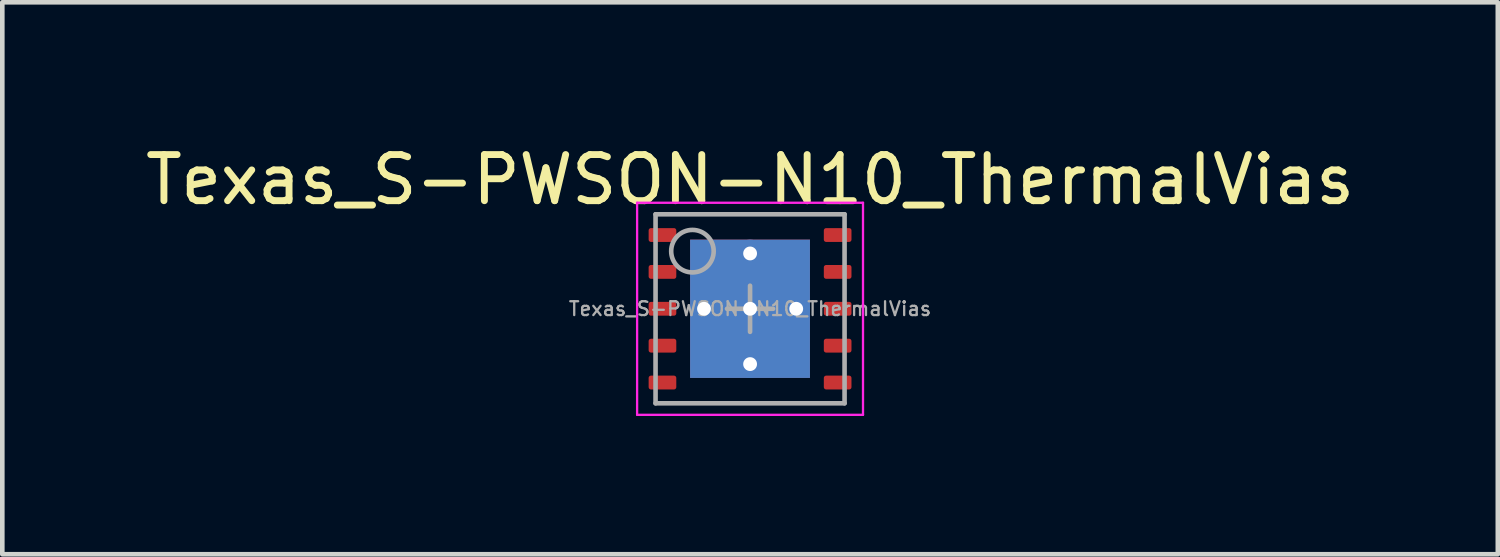
<source format=kicad_pcb>
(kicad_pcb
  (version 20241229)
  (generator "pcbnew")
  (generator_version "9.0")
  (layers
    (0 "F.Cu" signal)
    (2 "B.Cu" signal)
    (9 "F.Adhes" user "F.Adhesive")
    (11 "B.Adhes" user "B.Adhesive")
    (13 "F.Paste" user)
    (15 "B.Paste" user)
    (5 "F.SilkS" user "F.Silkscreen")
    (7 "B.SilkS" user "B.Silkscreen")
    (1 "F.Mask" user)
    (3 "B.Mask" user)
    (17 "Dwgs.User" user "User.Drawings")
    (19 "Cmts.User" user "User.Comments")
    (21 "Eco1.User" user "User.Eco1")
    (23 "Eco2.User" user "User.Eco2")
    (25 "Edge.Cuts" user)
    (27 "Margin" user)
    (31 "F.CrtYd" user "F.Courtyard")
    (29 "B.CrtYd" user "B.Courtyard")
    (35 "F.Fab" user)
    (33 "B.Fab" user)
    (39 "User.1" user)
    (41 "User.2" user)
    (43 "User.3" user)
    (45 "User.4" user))
  (footprint "Texas_S-PWSON-N10_ThermalVias"
    (layer "F.Cu")
    (at 13.22 3.648)
    (property "Reference" "Texas_S-PWSON-N10_ThermalVias" (at 0 -2.8 0) (layer "F.SilkS") (effects (font (size 1 1) (thickness 0.15))))
    (attr smd)
    (fp_poly (pts (xy -0.086 -0.1) (xy -1.126 -0.1) (xy -1.126 -1.3) (xy -0.086 -1.3)) (stroke (width 0.0001) (type solid)) (fill yes) (layer "F.Paste"))
    (fp_poly (pts (xy -0.086 1.3) (xy -1.126 1.3) (xy -1.126 0.1) (xy -0.086 0.1)) (stroke (width 0.0001) (type solid)) (fill yes) (layer "F.Paste"))
    (fp_poly (pts (xy 1.126 -0.1) (xy 0.086 -0.1) (xy 0.086 -1.3) (xy 1.126 -1.3)) (stroke (width 0.0001) (type solid)) (fill yes) (layer "F.Paste"))
    (fp_poly (pts (xy 1.126 1.3) (xy 0.086 1.3) (xy 0.086 0.1) (xy 1.126 0.1)) (stroke (width 0.0001) (type solid)) (fill yes) (layer "F.Paste"))
    (fp_line (start -2.45 -2.3) (end 2.45 -2.3) (stroke (width 0.05) (type solid)) (layer "F.CrtYd"))
    (fp_line (start -2.45 2.3) (end -2.45 -2.3) (stroke (width 0.05) (type solid)) (layer "F.CrtYd"))
    (fp_line (start 2.45 -2.3) (end 2.45 2.3) (stroke (width 0.05) (type solid)) (layer "F.CrtYd"))
    (fp_line (start 2.45 2.3) (end -2.45 2.3) (stroke (width 0.05) (type solid)) (layer "F.CrtYd"))
    (fp_line (start -2.05 -2.05) (end 2.05 -2.05) (stroke (width 0.1) (type solid)) (layer "F.Fab"))
    (fp_line (start -2.05 2.05) (end -2.05 -2.05) (stroke (width 0.1) (type solid)) (layer "F.Fab"))
    (fp_line (start -0.5 0) (end 0.5 0) (stroke (width 0.1) (type solid)) (layer "F.Fab"))
    (fp_line (start 0 -0.5) (end 0 0.5) (stroke (width 0.1) (type solid)) (layer "F.Fab"))
    (fp_line (start 2.05 -2.05) (end 2.05 2.05) (stroke (width 0.1) (type solid)) (layer "F.Fab"))
    (fp_line (start 2.05 2.05) (end -2.05 2.05) (stroke (width 0.1) (type solid)) (layer "F.Fab"))
    (fp_circle (center -1.25 -1.25) (end -0.789 -1.25) (stroke (width 0.1) (type solid)) (fill no) (layer "F.Fab"))
    (fp_text user "${REFERENCE}" (at 0 0 0) (layer "F.Fab") (effects (font (size 0.3 0.3) (thickness 0.05))))
    (pad "1" smd roundrect (at -1.9 -1.6) (size 0.6 0.3) (layers "F.Cu" "F.Mask" "F.Paste") (roundrect_rratio 0.167))
    (pad "2" smd roundrect (at -1.9 -0.8) (size 0.6 0.3) (layers "F.Cu" "F.Mask" "F.Paste") (roundrect_rratio 0.167))
    (pad "3" smd roundrect (at -1.9 0) (size 0.6 0.3) (layers "F.Cu" "F.Mask" "F.Paste") (roundrect_rratio 0.167))
    (pad "4" smd roundrect (at -1.9 0.8) (size 0.6 0.3) (layers "F.Cu" "F.Mask" "F.Paste") (roundrect_rratio 0.167))
    (pad "5" smd roundrect (at -1.9 1.6) (size 0.6 0.3) (layers "F.Cu" "F.Mask" "F.Paste") (roundrect_rratio 0.167))
    (pad "6" smd roundrect (at 1.9 1.6) (size 0.6 0.3) (layers "F.Cu" "F.Mask" "F.Paste") (roundrect_rratio 0.167))
    (pad "7" smd roundrect (at 1.9 0.8) (size 0.6 0.3) (layers "F.Cu" "F.Mask" "F.Paste") (roundrect_rratio 0.167))
    (pad "8" smd roundrect (at 1.9 0) (size 0.6 0.3) (layers "F.Cu" "F.Mask" "F.Paste") (roundrect_rratio 0.167))
    (pad "9" smd roundrect (at 1.9 -0.8) (size 0.6 0.3) (layers "F.Cu" "F.Mask" "F.Paste") (roundrect_rratio 0.167))
    (pad "10" smd roundrect (at 1.9 -1.6) (size 0.6 0.3) (layers "F.Cu" "F.Mask" "F.Paste") (roundrect_rratio 0.167))
    (pad "11" thru_hole circle (at -0.999 0) (size 0.6 0.6) (drill 0.3) (layers "*.Cu" "F.Mask"))
    (pad "11" smd rect (at -0.001 0) (size 2.6 3) (layers "B.Cu"))
    (pad "11" thru_hole circle (at 0 0) (size 0.6 0.6) (drill 0.3) (layers "*.Cu" "F.Mask"))
    (pad "11" smd rect (at 0 0) (size 2.6 3) (layers "F.Cu" "F.Mask"))
    (pad "11" thru_hole circle (at 0.001 -1.2) (size 0.6 0.6) (drill 0.3) (layers "*.Cu" "F.Mask"))
    (pad "11" thru_hole circle (at 0.001 1.2) (size 0.6 0.6) (drill 0.3) (layers "*.Cu" "F.Mask"))
    (pad "11" thru_hole circle (at 1.001 0) (size 0.6 0.6) (drill 0.3) (layers "*.Cu" "F.Mask")))
  (gr_rect
    (start -3 -3)
    (end 29.44 8.973)
    (stroke (width 0.1) (type default))
    (fill no)
    (layer "Edge.Cuts")))
</source>
